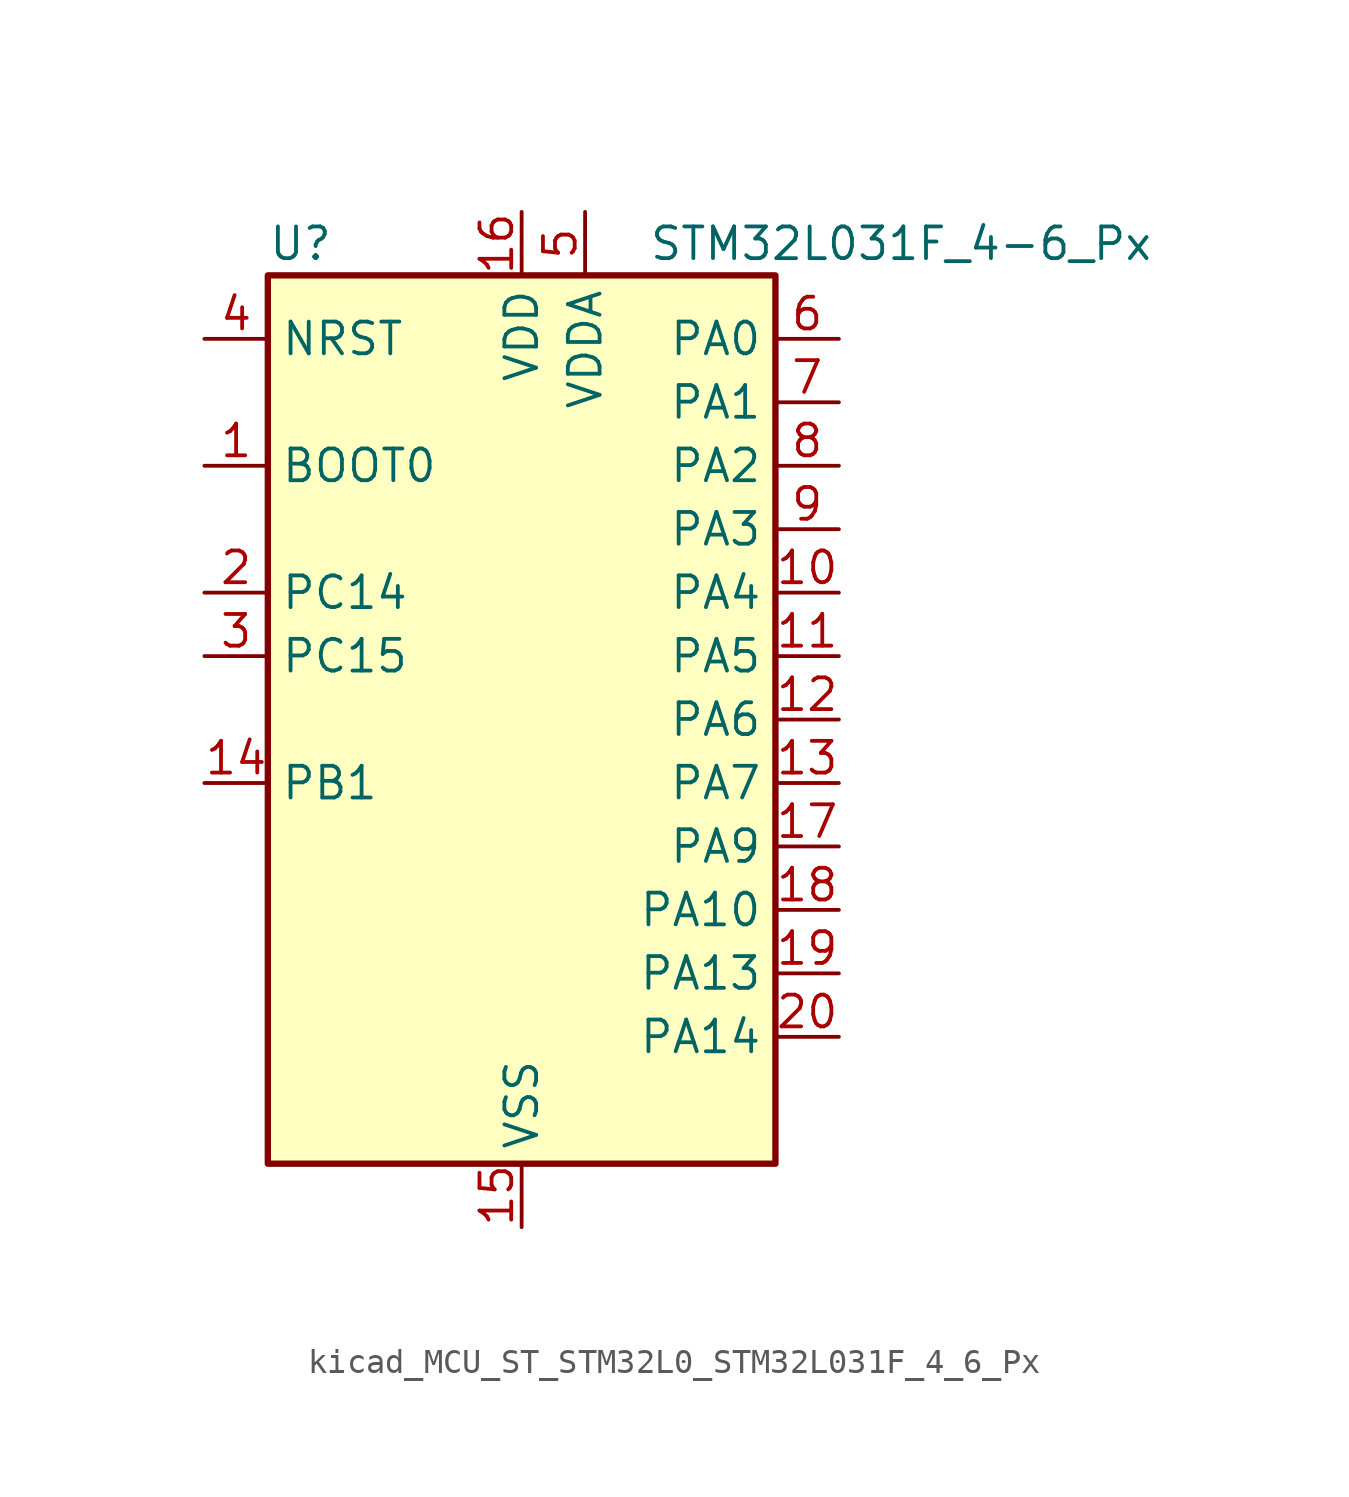
<source format=kicad_sym>
(kicad_symbol_lib
  (version 20220914)
  (generator kicad_symbol_editor)
  (symbol "kicad_MCU_ST_STM32L0_STM32L031F_4_6_Px"
    (property "Reference" "U"
      (at -10.16 19.05 0)
      (effects (font (size 1.27 1.27)) (justify left)))
    (property "Value" "STM32L031F_4-6_Px"
      (at 5.08 19.05 0)
      (effects (font (size 1.27 1.27)) (justify left)))
    (property "ki_locked" ""
      (at 0 0 0)
      (effects (font (size 1.27 1.27))))
    (symbol "kicad_MCU_ST_STM32L0_STM32L031F_4_6_Px_0_1"
      (rectangle (start -10.16 -17.78) (end 10.16 17.78) (stroke (width 0.254) (type default)) (fill (type background))))
    (symbol "kicad_MCU_ST_STM32L0_STM32L031F_4_6_Px_1_1"
      (pin input line (at -12.7 10.16 0) (length 2.54) (name "BOOT0" (effects (font (size 1.27 1.27)))) (number "1" (effects (font (size 1.27 1.27)))))
      (pin bidirectional line (at 12.7 5.08 180) (length 2.54) (name "PA4" (effects (font (size 1.27 1.27)))) (number "10" (effects (font (size 1.27 1.27)))) (alternate "ADC_IN4" bidirectional line) (alternate "COMP1_INM" bidirectional line) (alternate "COMP2_INM" bidirectional line) (alternate "LPTIM1_IN1" bidirectional line) (alternate "SPI1_NSS" bidirectional line) (alternate "TIM22_ETR" bidirectional line) (alternate "USART2_CK" bidirectional line))
      (pin bidirectional line (at 12.7 2.54 180) (length 2.54) (name "PA5" (effects (font (size 1.27 1.27)))) (number "11" (effects (font (size 1.27 1.27)))) (alternate "ADC_IN5" bidirectional line) (alternate "COMP1_INM" bidirectional line) (alternate "COMP2_INM" bidirectional line) (alternate "LPTIM1_IN2" bidirectional line) (alternate "SPI1_SCK" bidirectional line) (alternate "TIM2_CH1" bidirectional line) (alternate "TIM2_ETR" bidirectional line))
      (pin bidirectional line (at 12.7 0 180) (length 2.54) (name "PA6" (effects (font (size 1.27 1.27)))) (number "12" (effects (font (size 1.27 1.27)))) (alternate "ADC_IN6" bidirectional line) (alternate "COMP1_OUT" bidirectional line) (alternate "LPTIM1_ETR" bidirectional line) (alternate "LPUART1_CTS" bidirectional line) (alternate "SPI1_MISO" bidirectional line) (alternate "TIM22_CH1" bidirectional line))
      (pin bidirectional line (at 12.7 -2.54 180) (length 2.54) (name "PA7" (effects (font (size 1.27 1.27)))) (number "13" (effects (font (size 1.27 1.27)))) (alternate "ADC_IN7" bidirectional line) (alternate "COMP2_OUT" bidirectional line) (alternate "LPTIM1_OUT" bidirectional line) (alternate "SPI1_MOSI" bidirectional line) (alternate "TIM22_CH2" bidirectional line) (alternate "USART2_CTS" bidirectional line))
      (pin bidirectional line (at -12.7 -2.54 0) (length 2.54) (name "PB1" (effects (font (size 1.27 1.27)))) (number "14" (effects (font (size 1.27 1.27)))) (alternate "ADC_IN9" bidirectional line) (alternate "LPUART1_DE" bidirectional line) (alternate "LPUART1_RTS" bidirectional line) (alternate "SPI1_MOSI" bidirectional line) (alternate "SYS_VREF_OUT_PB1" bidirectional line) (alternate "TIM2_CH4" bidirectional line) (alternate "USART2_CK" bidirectional line))
      (pin power_in line (at 0 -20.32 90) (length 2.54) (name "VSS" (effects (font (size 1.27 1.27)))) (number "15" (effects (font (size 1.27 1.27)))))
      (pin power_in line (at 0 20.32 270) (length 2.54) (name "VDD" (effects (font (size 1.27 1.27)))) (number "16" (effects (font (size 1.27 1.27)))))
      (pin bidirectional line (at 12.7 -5.08 180) (length 2.54) (name "PA9" (effects (font (size 1.27 1.27)))) (number "17" (effects (font (size 1.27 1.27)))) (alternate "I2C1_SCL" bidirectional line) (alternate "RCC_MCO" bidirectional line) (alternate "TIM22_CH1" bidirectional line) (alternate "USART2_TX" bidirectional line))
      (pin bidirectional line (at 12.7 -7.62 180) (length 2.54) (name "PA10" (effects (font (size 1.27 1.27)))) (number "18" (effects (font (size 1.27 1.27)))) (alternate "I2C1_SDA" bidirectional line) (alternate "TIM22_CH2" bidirectional line) (alternate "USART2_RX" bidirectional line))
      (pin bidirectional line (at 12.7 -10.16 180) (length 2.54) (name "PA13" (effects (font (size 1.27 1.27)))) (number "19" (effects (font (size 1.27 1.27)))) (alternate "LPTIM1_ETR" bidirectional line) (alternate "LPUART1_RX" bidirectional line) (alternate "SYS_SWDIO" bidirectional line))
      (pin bidirectional line (at -12.7 5.08 0) (length 2.54) (name "PC14" (effects (font (size 1.27 1.27)))) (number "2" (effects (font (size 1.27 1.27)))) (alternate "RCC_OSC32_IN" bidirectional line))
      (pin bidirectional line (at 12.7 -12.7 180) (length 2.54) (name "PA14" (effects (font (size 1.27 1.27)))) (number "20" (effects (font (size 1.27 1.27)))) (alternate "I2C1_SMBA" bidirectional line) (alternate "LPTIM1_OUT" bidirectional line) (alternate "LPUART1_TX" bidirectional line) (alternate "SYS_SWCLK" bidirectional line) (alternate "USART2_TX" bidirectional line))
      (pin bidirectional line (at -12.7 2.54 0) (length 2.54) (name "PC15" (effects (font (size 1.27 1.27)))) (number "3" (effects (font (size 1.27 1.27)))) (alternate "RCC_OSC32_OUT" bidirectional line))
      (pin input line (at -12.7 15.24 0) (length 2.54) (name "NRST" (effects (font (size 1.27 1.27)))) (number "4" (effects (font (size 1.27 1.27)))))
      (pin power_in line (at 2.54 20.32 270) (length 2.54) (name "VDDA" (effects (font (size 1.27 1.27)))) (number "5" (effects (font (size 1.27 1.27)))))
      (pin bidirectional line (at 12.7 15.24 180) (length 2.54) (name "PA0" (effects (font (size 1.27 1.27)))) (number "6" (effects (font (size 1.27 1.27)))) (alternate "ADC_IN0" bidirectional line) (alternate "COMP1_INM" bidirectional line) (alternate "COMP1_OUT" bidirectional line) (alternate "LPTIM1_IN1" bidirectional line) (alternate "RCC_CK_IN" bidirectional line) (alternate "RTC_TAMP2" bidirectional line) (alternate "SYS_WKUP1" bidirectional line) (alternate "TIM2_CH1" bidirectional line) (alternate "TIM2_ETR" bidirectional line) (alternate "USART2_CTS" bidirectional line))
      (pin bidirectional line (at 12.7 12.7 180) (length 2.54) (name "PA1" (effects (font (size 1.27 1.27)))) (number "7" (effects (font (size 1.27 1.27)))) (alternate "ADC_IN1" bidirectional line) (alternate "COMP1_INP" bidirectional line) (alternate "I2C1_SMBA" bidirectional line) (alternate "LPTIM1_IN2" bidirectional line) (alternate "TIM21_ETR" bidirectional line) (alternate "TIM2_CH2" bidirectional line) (alternate "USART2_DE" bidirectional line) (alternate "USART2_RTS" bidirectional line))
      (pin bidirectional line (at 12.7 10.16 180) (length 2.54) (name "PA2" (effects (font (size 1.27 1.27)))) (number "8" (effects (font (size 1.27 1.27)))) (alternate "ADC_IN2" bidirectional line) (alternate "COMP2_INM" bidirectional line) (alternate "COMP2_OUT" bidirectional line) (alternate "LPUART1_TX" bidirectional line) (alternate "RTC_OUT_ALARM" bidirectional line) (alternate "RTC_OUT_CALIB" bidirectional line) (alternate "RTC_TAMP3" bidirectional line) (alternate "RTC_TS" bidirectional line) (alternate "SYS_WKUP3" bidirectional line) (alternate "TIM21_CH1" bidirectional line) (alternate "TIM2_CH3" bidirectional line) (alternate "USART2_TX" bidirectional line))
      (pin bidirectional line (at 12.7 7.62 180) (length 2.54) (name "PA3" (effects (font (size 1.27 1.27)))) (number "9" (effects (font (size 1.27 1.27)))) (alternate "ADC_IN3" bidirectional line) (alternate "COMP2_INP" bidirectional line) (alternate "LPUART1_RX" bidirectional line) (alternate "TIM21_CH2" bidirectional line) (alternate "TIM2_CH4" bidirectional line) (alternate "USART2_RX" bidirectional line)))))
</source>
